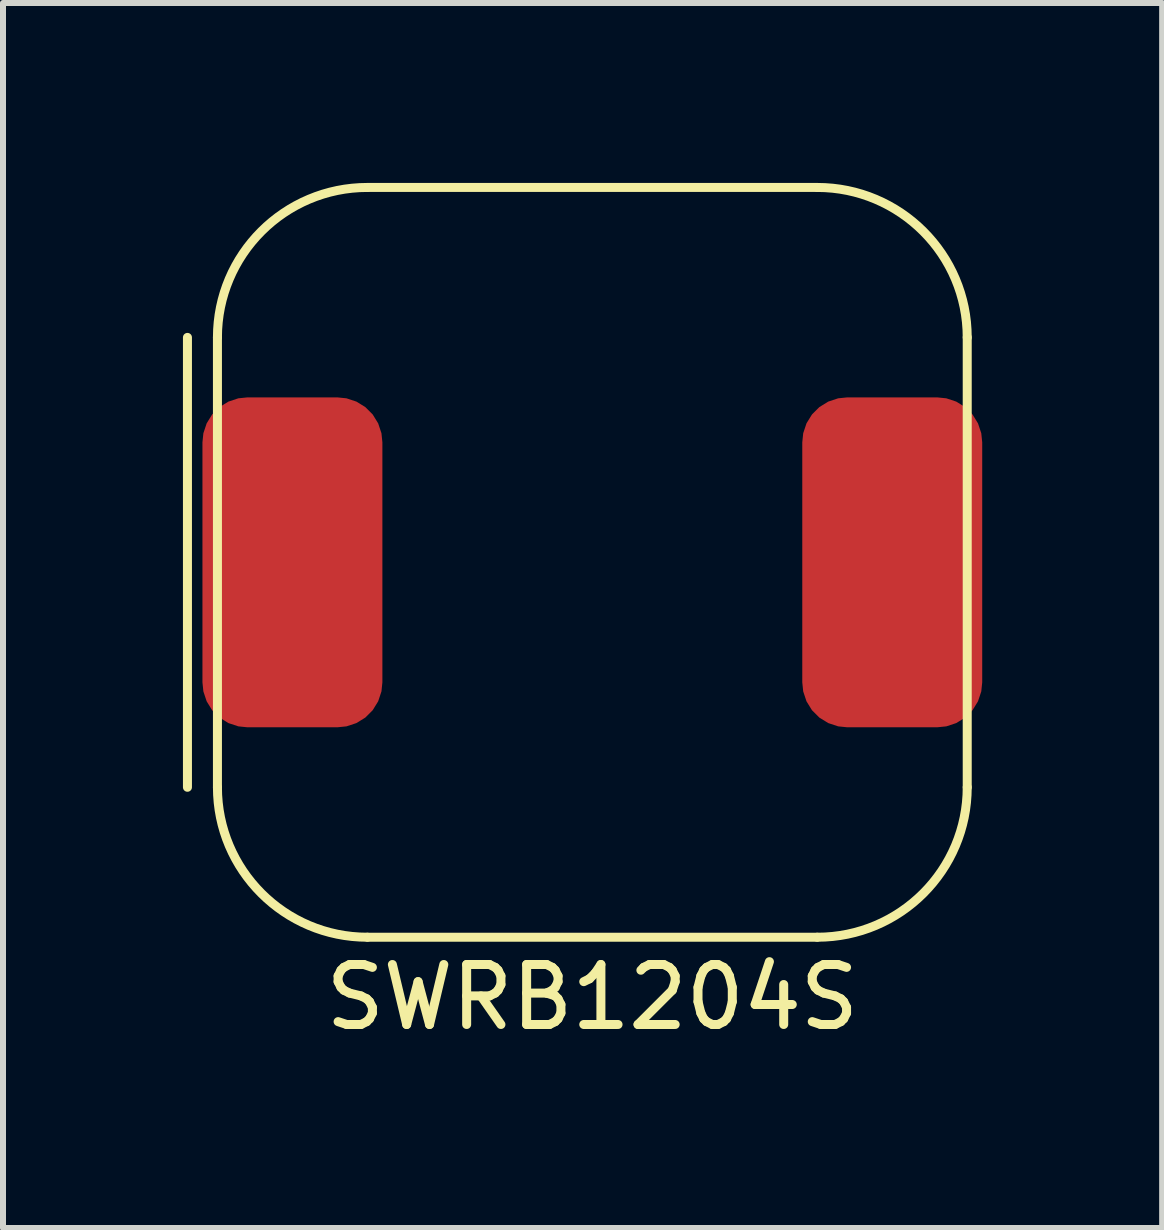
<source format=kicad_pcb>
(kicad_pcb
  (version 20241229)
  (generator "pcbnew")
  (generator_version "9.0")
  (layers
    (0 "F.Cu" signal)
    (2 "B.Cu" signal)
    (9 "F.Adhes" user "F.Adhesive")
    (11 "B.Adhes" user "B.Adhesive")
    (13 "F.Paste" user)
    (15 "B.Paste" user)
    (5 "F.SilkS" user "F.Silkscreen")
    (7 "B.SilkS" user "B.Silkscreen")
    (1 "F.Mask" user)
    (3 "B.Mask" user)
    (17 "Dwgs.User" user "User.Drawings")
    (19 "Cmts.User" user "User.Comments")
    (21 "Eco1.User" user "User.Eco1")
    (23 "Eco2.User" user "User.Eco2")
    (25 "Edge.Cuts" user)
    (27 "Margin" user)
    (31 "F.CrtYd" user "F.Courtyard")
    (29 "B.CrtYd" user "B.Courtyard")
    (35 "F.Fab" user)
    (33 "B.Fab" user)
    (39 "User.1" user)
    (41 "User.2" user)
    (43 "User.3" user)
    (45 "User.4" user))
  (footprint "SWRB1204S"
    (layer "F.Cu")
    (at 6.825 6.325)
    (property "Reference" "SWRB1204S" (at 0 7.25 0) (layer "F.SilkS") (effects (font (size 1 1) (thickness 0.15))))
    (attr through_hole)
    (fp_line (start -6.75 -3.75) (end -6.75 3.75) (stroke (width 0.15) (type solid)) (layer "F.SilkS"))
    (fp_line (start -6.25 3.75) (end -6.25 -3.75) (stroke (width 0.15) (type solid)) (layer "F.SilkS"))
    (fp_line (start -3.75 -6.25) (end 3.75 -6.25) (stroke (width 0.15) (type solid)) (layer "F.SilkS"))
    (fp_line (start 3.75 6.25) (end -3.75 6.25) (stroke (width 0.15) (type solid)) (layer "F.SilkS"))
    (fp_line (start 6.25 -3.75) (end 6.25 3.75) (stroke (width 0.15) (type solid)) (layer "F.SilkS"))
    (fp_arc (start -6.25 -3.75) (mid -5.517767 -5.517767) (end -3.75 -6.25) (stroke (width 0.15) (type solid)) (layer "F.SilkS"))
    (fp_arc (start -3.75 6.25) (mid -5.517767 5.517767) (end -6.25 3.75) (stroke (width 0.15) (type solid)) (layer "F.SilkS"))
    (fp_arc (start 3.75 -6.25) (mid 5.517767 -5.517767) (end 6.25 -3.75) (stroke (width 0.15) (type solid)) (layer "F.SilkS"))
    (fp_arc (start 6.25 3.75) (mid 5.517767 5.517767) (end 3.75 6.25) (stroke (width 0.15) (type solid)) (layer "F.SilkS"))
    (pad "1" smd roundrect (at -5 0) (size 3 5.5) (layers "F.Cu" "F.Mask" "F.Paste") (roundrect_rratio 0.25))
    (pad "2" smd roundrect (at 5 0) (size 3 5.5) (layers "F.Cu" "F.Mask" "F.Paste") (roundrect_rratio 0.25)))
  (gr_rect
    (start -3 -3)
    (end 16.325 17.423)
    (stroke (width 0.1) (type default))
    (fill no)
    (layer "Edge.Cuts")))
</source>
